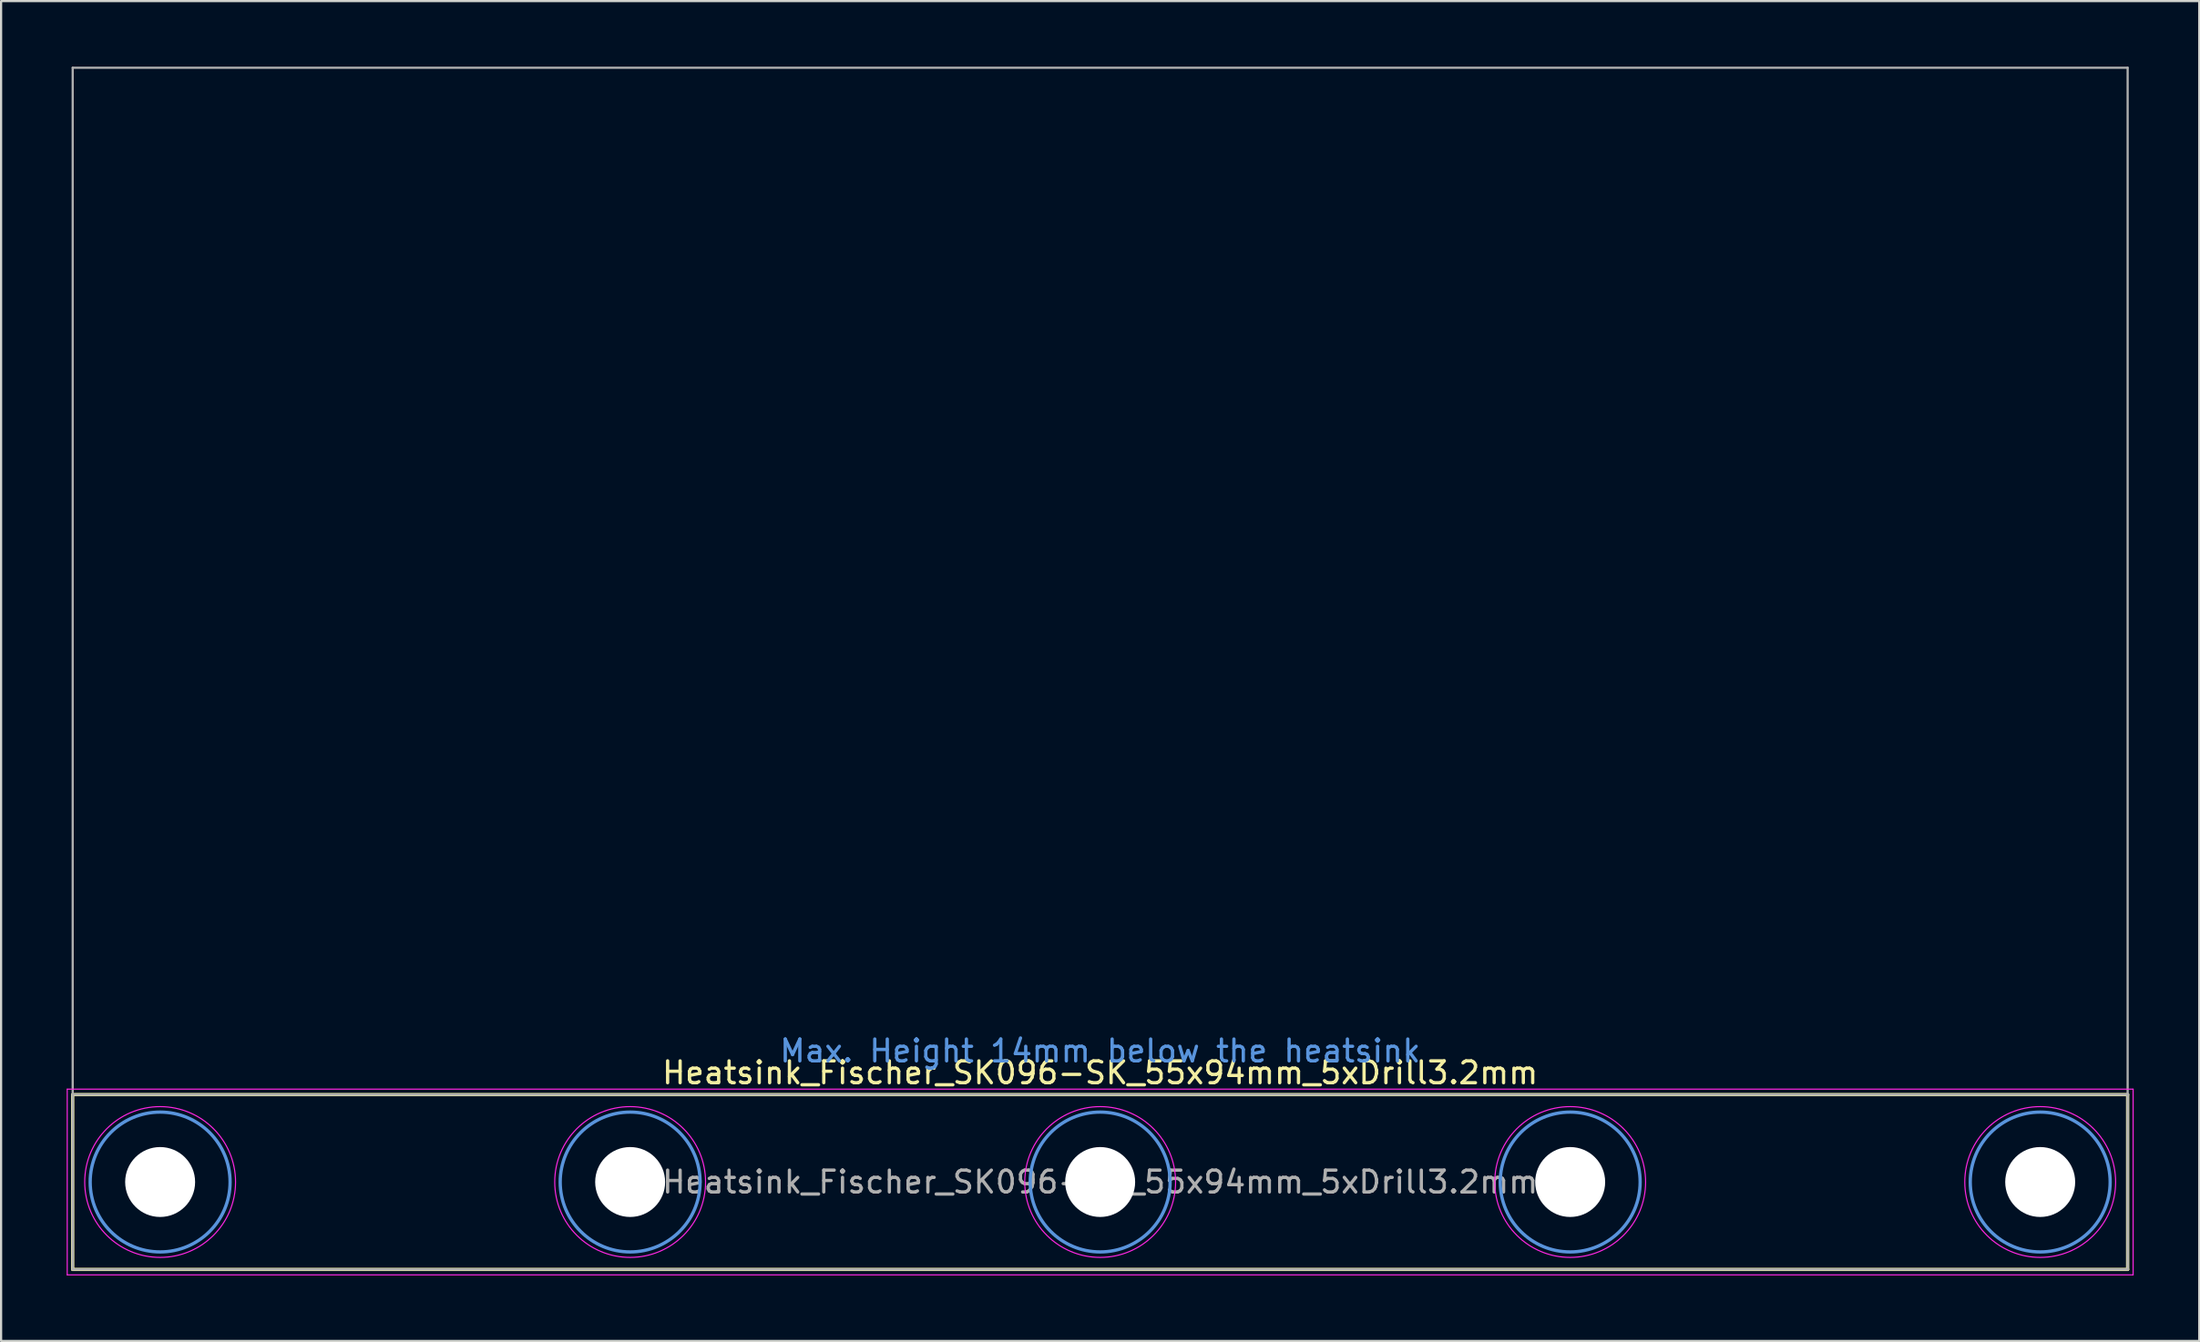
<source format=kicad_pcb>
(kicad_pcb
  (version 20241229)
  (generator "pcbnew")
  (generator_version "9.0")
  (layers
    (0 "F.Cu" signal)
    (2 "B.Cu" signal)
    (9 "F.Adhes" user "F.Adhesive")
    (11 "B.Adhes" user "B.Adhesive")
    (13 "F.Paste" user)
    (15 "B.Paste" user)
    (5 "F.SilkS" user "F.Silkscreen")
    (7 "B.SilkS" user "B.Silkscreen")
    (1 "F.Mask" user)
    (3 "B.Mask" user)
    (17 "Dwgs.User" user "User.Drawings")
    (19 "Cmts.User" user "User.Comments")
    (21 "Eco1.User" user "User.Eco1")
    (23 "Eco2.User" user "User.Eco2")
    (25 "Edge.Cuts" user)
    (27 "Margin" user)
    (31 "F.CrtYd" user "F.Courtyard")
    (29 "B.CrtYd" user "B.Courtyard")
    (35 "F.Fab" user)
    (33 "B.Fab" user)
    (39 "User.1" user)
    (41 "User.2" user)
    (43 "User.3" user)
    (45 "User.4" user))
  (footprint "Heatsink_Fischer_SK096-SK_55x94mm_5xDrill3.2mm"
    (layer "F.Cu")
    (at 47.275 51.05)
    (property "Reference" "Heatsink_Fischer_SK096-SK_55x94mm_5xDrill3.2mm" (at 0 -5 0) (layer "F.SilkS") (effects (font (size 1 1) (thickness 0.15))))
    (attr through_hole)
    (fp_line (start -47 4) (end -47 -4) (stroke (width 0.15) (type solid)) (layer "F.SilkS"))
    (fp_line (start -47 4) (end 47 4) (stroke (width 0.15) (type solid)) (layer "F.SilkS"))
    (fp_line (start 47 -4) (end -47 -4) (stroke (width 0.15) (type solid)) (layer "F.SilkS"))
    (fp_line (start 47 4) (end 47 -4) (stroke (width 0.15) (type solid)) (layer "F.SilkS"))
    (fp_circle (center -43 0) (end -39.8 0) (stroke (width 0.15) (type solid)) (fill no) (layer "Cmts.User"))
    (fp_circle (center -21.5 0) (end -18.3 0) (stroke (width 0.15) (type solid)) (fill no) (layer "Cmts.User"))
    (fp_circle (center 0 0) (end 3.2 0) (stroke (width 0.15) (type solid)) (fill no) (layer "Cmts.User"))
    (fp_circle (center 21.5 0) (end 24.7 0) (stroke (width 0.15) (type solid)) (fill no) (layer "Cmts.User"))
    (fp_circle (center 43 0) (end 46.2 0) (stroke (width 0.15) (type solid)) (fill no) (layer "Cmts.User"))
    (fp_line (start -47.25 -4.25) (end -47.25 4.25) (stroke (width 0.05) (type solid)) (layer "F.CrtYd"))
    (fp_line (start -47.25 4.25) (end 47.25 4.25) (stroke (width 0.05) (type solid)) (layer "F.CrtYd"))
    (fp_line (start 47.25 -4.25) (end -47.25 -4.25) (stroke (width 0.05) (type solid)) (layer "F.CrtYd"))
    (fp_line (start 47.25 4.25) (end 47.25 -4.25) (stroke (width 0.05) (type solid)) (layer "F.CrtYd"))
    (fp_circle (center -43 0) (end -39.55 0) (stroke (width 0.05) (type solid)) (fill no) (layer "F.CrtYd"))
    (fp_circle (center -21.5 0) (end -18.05 0) (stroke (width 0.05) (type solid)) (fill no) (layer "F.CrtYd"))
    (fp_circle (center 0 0) (end 3.45 0) (stroke (width 0.05) (type solid)) (fill no) (layer "F.CrtYd"))
    (fp_circle (center 21.5 0) (end 24.95 0) (stroke (width 0.05) (type solid)) (fill no) (layer "F.CrtYd"))
    (fp_circle (center 43 0) (end 46.45 0) (stroke (width 0.05) (type solid)) (fill no) (layer "F.CrtYd"))
    (fp_line (start -47 -4) (end -47 -51) (stroke (width 0.1) (type solid)) (layer "F.Fab"))
    (fp_line (start -47 -4) (end -47 4) (stroke (width 0.1) (type solid)) (layer "F.Fab"))
    (fp_line (start -47 4) (end 47 4) (stroke (width 0.1) (type solid)) (layer "F.Fab"))
    (fp_line (start 47 -51) (end -47 -51) (stroke (width 0.1) (type solid)) (layer "F.Fab"))
    (fp_line (start 47 -51) (end 47 -4) (stroke (width 0.1) (type solid)) (layer "F.Fab"))
    (fp_line (start 47 -4) (end -47 -4) (stroke (width 0.1) (type solid)) (layer "F.Fab"))
    (fp_line (start 47 4) (end 47 -4) (stroke (width 0.1) (type solid)) (layer "F.Fab"))
    (fp_text user "Max. Height 14mm below the heatsink" (at 0 -6 0) (layer "Cmts.User") (effects (font (size 1 1) (thickness 0.15))))
    (fp_text user "${REFERENCE}" (at 0 0 0) (layer "F.Fab") (effects (font (size 1 1) (thickness 0.15))))
    (pad "" np_thru_hole circle (at -43 0) (size 3.2 3.2) (drill 3.2) (layers "*.Cu" "*.Mask"))
    (pad "" np_thru_hole circle (at -21.5 0) (size 3.2 3.2) (drill 3.2) (layers "*.Cu" "*.Mask"))
    (pad "" np_thru_hole circle (at 0 0) (size 3.2 3.2) (drill 3.2) (layers "*.Cu" "*.Mask"))
    (pad "" np_thru_hole circle (at 21.5 0) (size 3.2 3.2) (drill 3.2) (layers "*.Cu" "*.Mask"))
    (pad "" np_thru_hole circle (at 43 0) (size 3.2 3.2) (drill 3.2) (layers "*.Cu" "*.Mask")))
  (gr_rect
    (start -3 -3)
    (end 97.55 58.325)
    (stroke (width 0.1) (type default))
    (fill no)
    (layer "Edge.Cuts")))
</source>
